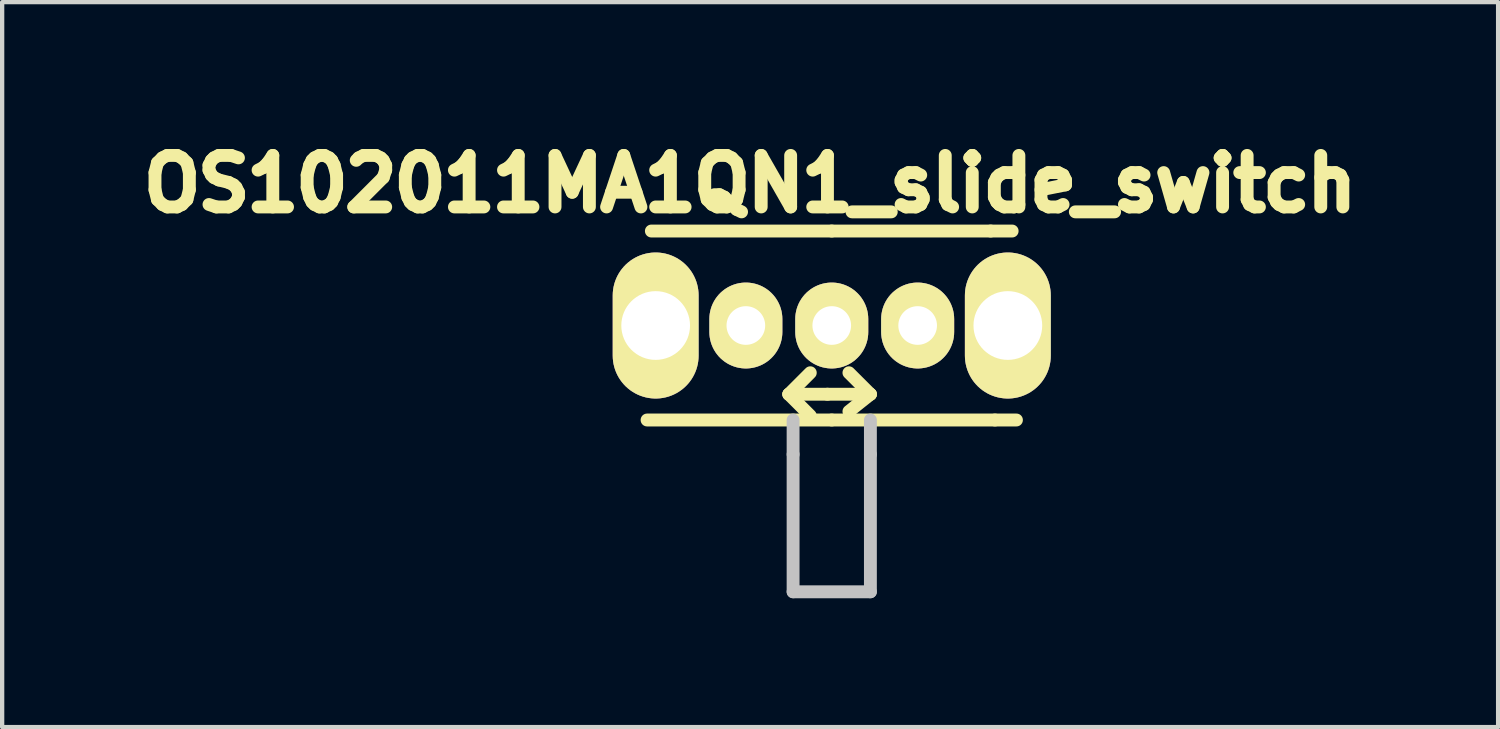
<source format=kicad_pcb>
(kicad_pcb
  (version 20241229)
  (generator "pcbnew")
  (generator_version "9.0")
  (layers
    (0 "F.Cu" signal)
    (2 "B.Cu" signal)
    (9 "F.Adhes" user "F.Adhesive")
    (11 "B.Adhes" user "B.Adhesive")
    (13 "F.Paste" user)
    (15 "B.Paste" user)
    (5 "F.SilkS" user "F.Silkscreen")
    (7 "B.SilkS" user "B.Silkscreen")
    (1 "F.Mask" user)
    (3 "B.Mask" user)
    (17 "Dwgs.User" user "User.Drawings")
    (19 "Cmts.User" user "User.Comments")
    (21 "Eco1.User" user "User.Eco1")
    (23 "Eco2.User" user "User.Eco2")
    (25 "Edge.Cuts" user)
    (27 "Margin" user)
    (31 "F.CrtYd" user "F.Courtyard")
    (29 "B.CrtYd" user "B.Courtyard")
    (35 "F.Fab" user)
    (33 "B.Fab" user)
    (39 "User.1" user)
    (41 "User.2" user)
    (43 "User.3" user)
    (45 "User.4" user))
  (footprint "OS102011MA1QN1_slide_switch"
    (layer "F.Cu")
    (at 16.316 4.529)
    (property "Reference" "OS102011MA1QN1_slide_switch" (at -1.9 -3.3 0) (layer "F.SilkS") (effects (font (size 1.2 1.2) (thickness 0.3))))
    (attr through_hole)
    (fp_line (start -1 1.6) (end -0.5 1.1) (stroke (width 0.3) (type solid)) (layer "F.SilkS"))
    (fp_line (start -1 1.6) (end -0.5 2.1) (stroke (width 0.3) (type solid)) (layer "F.SilkS"))
    (fp_line (start -0.1 1.6) (end -1 1.6) (stroke (width 0.3) (type solid)) (layer "F.SilkS"))
    (fp_line (start -0.1 1.6) (end 0.9 1.6) (stroke (width 0.3) (type solid)) (layer "F.SilkS"))
    (fp_line (start 0 -2.2) (end -4.2 -2.2) (stroke (width 0.3) (type solid)) (layer "F.SilkS"))
    (fp_line (start 0 -2.2) (end 3.7 -2.2) (stroke (width 0.3) (type solid)) (layer "F.SilkS"))
    (fp_line (start 0 2.2) (end -4.3 2.2) (stroke (width 0.3) (type solid)) (layer "F.SilkS"))
    (fp_line (start 0 2.2) (end 3.8 2.2) (stroke (width 0.3) (type solid)) (layer "F.SilkS"))
    (fp_line (start 0.9 1.6) (end 0.4 1.1) (stroke (width 0.3) (type solid)) (layer "F.SilkS"))
    (fp_line (start 0.9 1.6) (end 0.4 2) (stroke (width 0.3) (type solid)) (layer "F.SilkS"))
    (fp_line (start 3.7 -2.2) (end 4.2 -2.2) (stroke (width 0.3) (type solid)) (layer "F.SilkS"))
    (fp_line (start 3.8 2.2) (end 4.3 2.2) (stroke (width 0.3) (type solid)) (layer "F.SilkS"))
    (fp_line (start -0.9 2.2) (end -0.9 3) (stroke (width 0.3) (type solid)) (layer "Dwgs.User"))
    (fp_line (start -0.9 3) (end -0.9 6.2) (stroke (width 0.3) (type solid)) (layer "Dwgs.User"))
    (fp_line (start -0.9 6.2) (end 0.9 6.2) (stroke (width 0.3) (type solid)) (layer "Dwgs.User"))
    (fp_line (start 0.9 2.2) (end 0.9 3) (stroke (width 0.3) (type solid)) (layer "Dwgs.User"))
    (fp_line (start 0.9 6.2) (end 0.9 3) (stroke (width 0.3) (type solid)) (layer "Dwgs.User"))
    (pad "" thru_hole oval (at -4.1 0) (size 2 3.4) (drill 1.6) (layers "*.Cu" "*.Mask" "F.SilkS"))
    (pad "" thru_hole oval (at 4.1 0) (size 2 3.4) (drill 1.6) (layers "*.Cu" "*.Mask" "F.SilkS"))
    (pad "1" thru_hole oval (at -2 0) (size 1.7 2) (drill 0.9) (layers "*.Cu" "*.Mask" "F.SilkS"))
    (pad "2" thru_hole oval (at 0 0) (size 1.7 2) (drill 0.9) (layers "*.Cu" "*.Mask" "F.SilkS"))
    (pad "3" thru_hole oval (at 2 0) (size 1.7 2) (drill 0.9) (layers "*.Cu" "*.Mask" "F.SilkS")))
  (gr_rect
    (start -3 -3)
    (end 31.831 13.879)
    (stroke (width 0.1) (type default))
    (fill no)
    (layer "Edge.Cuts")))
</source>
